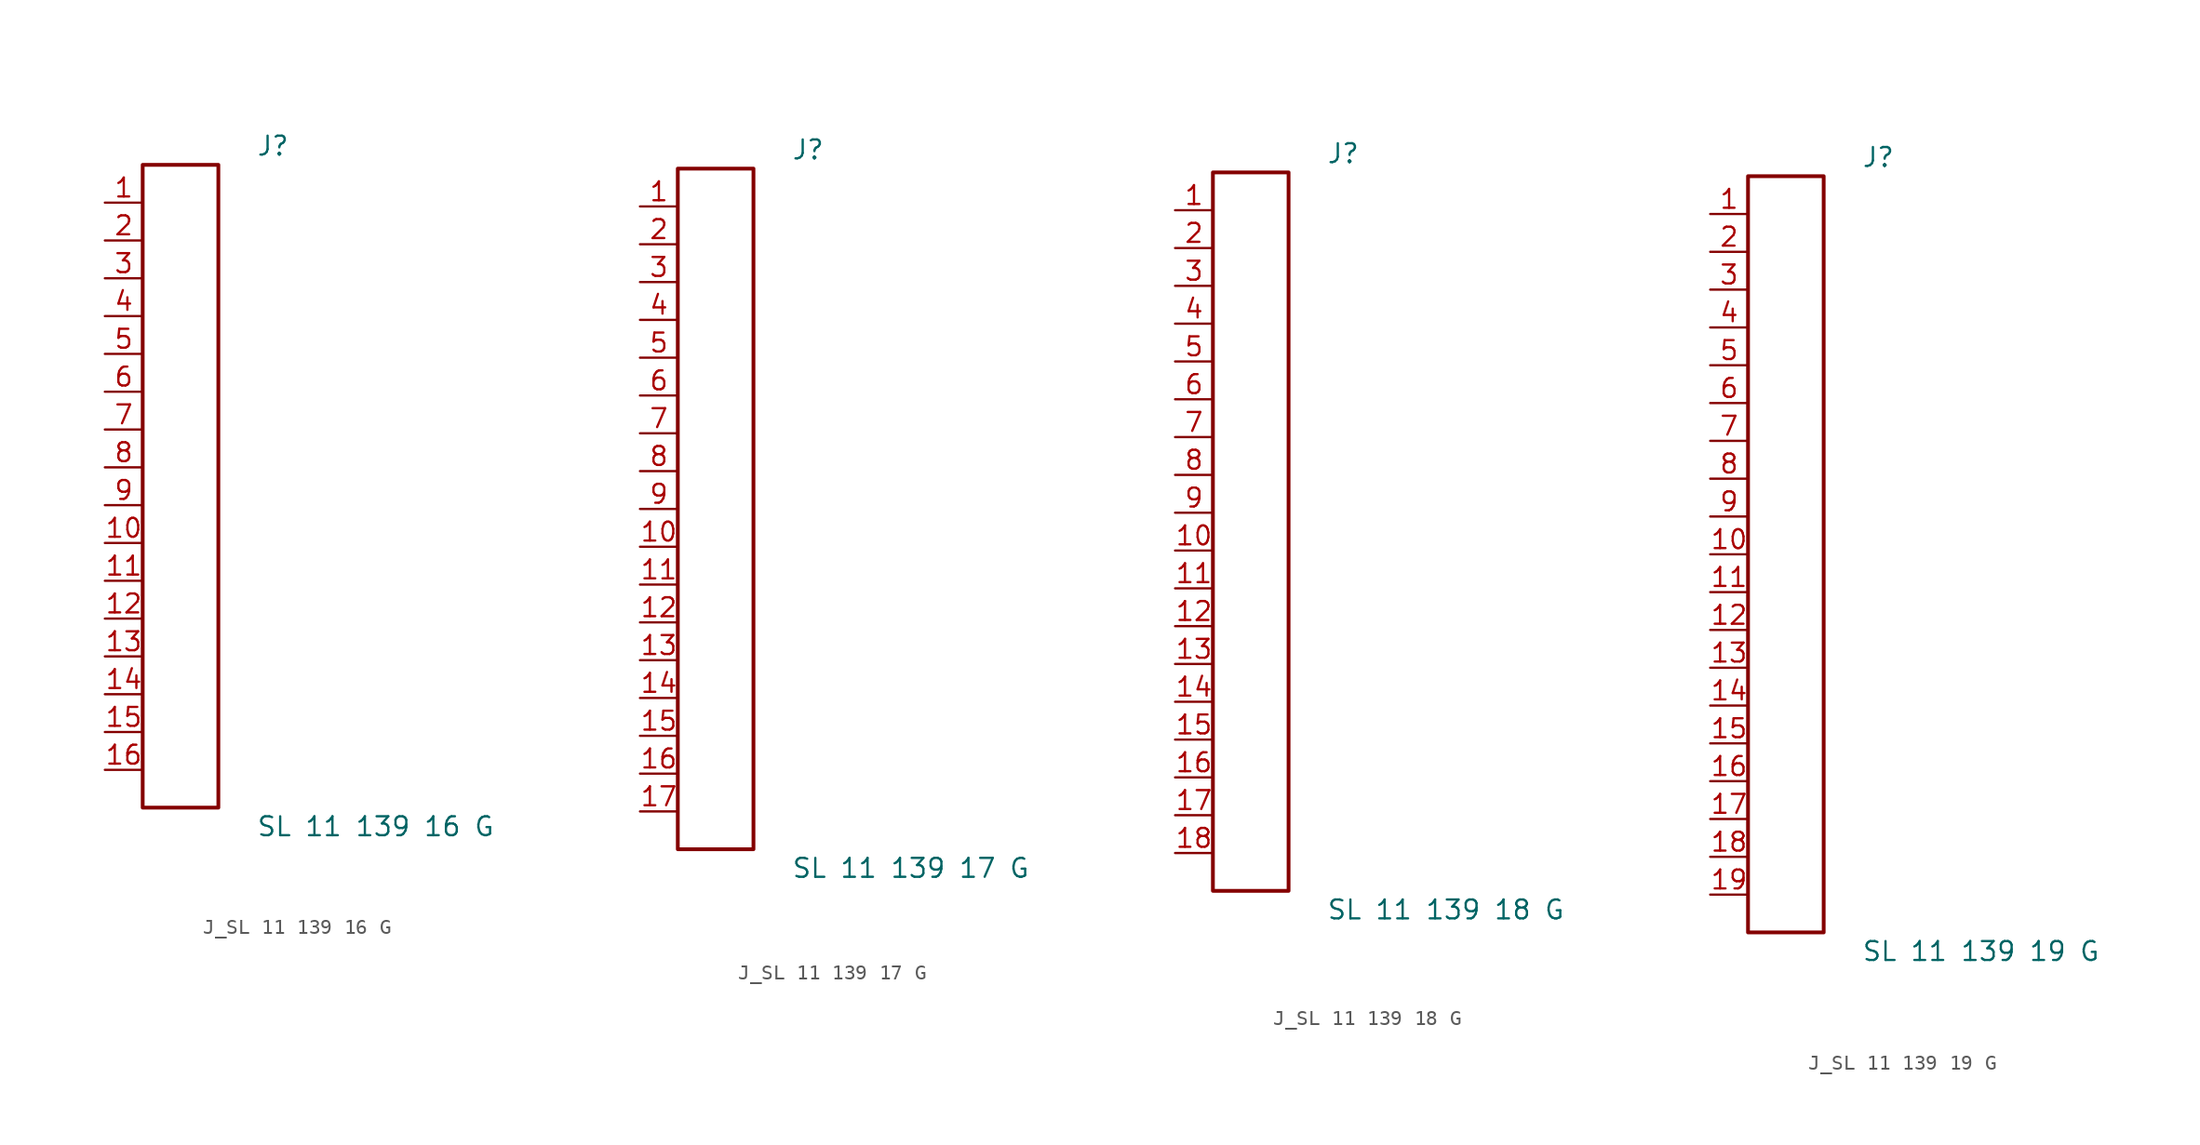
<source format=kicad_sym>
(kicad_symbol_lib
  (version 20231120)
  (generator kicad_symbol_editor)
  (generator_version 8.0)
  (symbol "J_SL 11 139 16 G"
    (pin_names
      (offset 0.254))
    (property "Reference" "J"
      (at 5.08 22.86 0)
      (effects (font (size 1.27 1.27)) (justify left)))
    (property "Value" "SL 11 139 16 G"
      (at 5.08 -22.86 0)
      (effects (font (size 1.27 1.27)) (justify left)))
    (symbol "J_SL 11 139 16 G_0_0"
      (pin unspecified line (at -5.08 19.05 0) (length 2.54) (name "" (effects (font (size 1.27 1.27)))) (number "1" (effects (font (size 1.27 1.27)))))
      (pin unspecified line (at -5.08 16.51 0) (length 2.54) (name "" (effects (font (size 1.27 1.27)))) (number "2" (effects (font (size 1.27 1.27)))))
      (pin unspecified line (at -5.08 13.97 0) (length 2.54) (name "" (effects (font (size 1.27 1.27)))) (number "3" (effects (font (size 1.27 1.27)))))
      (pin unspecified line (at -5.08 11.43 0) (length 2.54) (name "" (effects (font (size 1.27 1.27)))) (number "4" (effects (font (size 1.27 1.27)))))
      (pin unspecified line (at -5.08 8.89 0) (length 2.54) (name "" (effects (font (size 1.27 1.27)))) (number "5" (effects (font (size 1.27 1.27)))))
      (pin unspecified line (at -5.08 6.35 0) (length 2.54) (name "" (effects (font (size 1.27 1.27)))) (number "6" (effects (font (size 1.27 1.27)))))
      (pin unspecified line (at -5.08 3.81 0) (length 2.54) (name "" (effects (font (size 1.27 1.27)))) (number "7" (effects (font (size 1.27 1.27)))))
      (pin unspecified line (at -5.08 1.27 0) (length 2.54) (name "" (effects (font (size 1.27 1.27)))) (number "8" (effects (font (size 1.27 1.27)))))
      (pin unspecified line (at -5.08 -1.27 0) (length 2.54) (name "" (effects (font (size 1.27 1.27)))) (number "9" (effects (font (size 1.27 1.27)))))
      (pin unspecified line (at -5.08 -3.81 0) (length 2.54) (name "" (effects (font (size 1.27 1.27)))) (number "10" (effects (font (size 1.27 1.27)))))
      (pin unspecified line (at -5.08 -6.35 0) (length 2.54) (name "" (effects (font (size 1.27 1.27)))) (number "11" (effects (font (size 1.27 1.27)))))
      (pin unspecified line (at -5.08 -8.89 0) (length 2.54) (name "" (effects (font (size 1.27 1.27)))) (number "12" (effects (font (size 1.27 1.27)))))
      (pin unspecified line (at -5.08 -11.43 0) (length 2.54) (name "" (effects (font (size 1.27 1.27)))) (number "13" (effects (font (size 1.27 1.27)))))
      (pin unspecified line (at -5.08 -13.97 0) (length 2.54) (name "" (effects (font (size 1.27 1.27)))) (number "14" (effects (font (size 1.27 1.27)))))
      (pin unspecified line (at -5.08 -16.51 0) (length 2.54) (name "" (effects (font (size 1.27 1.27)))) (number "15" (effects (font (size 1.27 1.27)))))
      (pin unspecified line (at -5.08 -19.05 0) (length 2.54) (name "" (effects (font (size 1.27 1.27)))) (number "16" (effects (font (size 1.27 1.27))))))
    (symbol "J_SL 11 139 16 G_1_0"
      (rectangle (start -2.54 21.59) (end 2.54 -21.59) (stroke (width 0.254) (type solid)) (fill (type none)))))
  (symbol "J_SL 11 139 17 G"
    (pin_names
      (offset 0.254))
    (property "Reference" "J"
      (at 5.08 24.13 0)
      (effects (font (size 1.27 1.27)) (justify left)))
    (property "Value" "SL 11 139 17 G"
      (at 5.08 -24.13 0)
      (effects (font (size 1.27 1.27)) (justify left)))
    (symbol "J_SL 11 139 17 G_0_0"
      (pin unspecified line (at -5.08 20.32 0) (length 2.54) (name "" (effects (font (size 1.27 1.27)))) (number "1" (effects (font (size 1.27 1.27)))))
      (pin unspecified line (at -5.08 17.78 0) (length 2.54) (name "" (effects (font (size 1.27 1.27)))) (number "2" (effects (font (size 1.27 1.27)))))
      (pin unspecified line (at -5.08 15.24 0) (length 2.54) (name "" (effects (font (size 1.27 1.27)))) (number "3" (effects (font (size 1.27 1.27)))))
      (pin unspecified line (at -5.08 12.7 0) (length 2.54) (name "" (effects (font (size 1.27 1.27)))) (number "4" (effects (font (size 1.27 1.27)))))
      (pin unspecified line (at -5.08 10.16 0) (length 2.54) (name "" (effects (font (size 1.27 1.27)))) (number "5" (effects (font (size 1.27 1.27)))))
      (pin unspecified line (at -5.08 7.62 0) (length 2.54) (name "" (effects (font (size 1.27 1.27)))) (number "6" (effects (font (size 1.27 1.27)))))
      (pin unspecified line (at -5.08 5.08 0) (length 2.54) (name "" (effects (font (size 1.27 1.27)))) (number "7" (effects (font (size 1.27 1.27)))))
      (pin unspecified line (at -5.08 2.54 0) (length 2.54) (name "" (effects (font (size 1.27 1.27)))) (number "8" (effects (font (size 1.27 1.27)))))
      (pin unspecified line (at -5.08 0.0 0) (length 2.54) (name "" (effects (font (size 1.27 1.27)))) (number "9" (effects (font (size 1.27 1.27)))))
      (pin unspecified line (at -5.08 -2.54 0) (length 2.54) (name "" (effects (font (size 1.27 1.27)))) (number "10" (effects (font (size 1.27 1.27)))))
      (pin unspecified line (at -5.08 -5.08 0) (length 2.54) (name "" (effects (font (size 1.27 1.27)))) (number "11" (effects (font (size 1.27 1.27)))))
      (pin unspecified line (at -5.08 -7.62 0) (length 2.54) (name "" (effects (font (size 1.27 1.27)))) (number "12" (effects (font (size 1.27 1.27)))))
      (pin unspecified line (at -5.08 -10.16 0) (length 2.54) (name "" (effects (font (size 1.27 1.27)))) (number "13" (effects (font (size 1.27 1.27)))))
      (pin unspecified line (at -5.08 -12.7 0) (length 2.54) (name "" (effects (font (size 1.27 1.27)))) (number "14" (effects (font (size 1.27 1.27)))))
      (pin unspecified line (at -5.08 -15.24 0) (length 2.54) (name "" (effects (font (size 1.27 1.27)))) (number "15" (effects (font (size 1.27 1.27)))))
      (pin unspecified line (at -5.08 -17.78 0) (length 2.54) (name "" (effects (font (size 1.27 1.27)))) (number "16" (effects (font (size 1.27 1.27)))))
      (pin unspecified line (at -5.08 -20.32 0) (length 2.54) (name "" (effects (font (size 1.27 1.27)))) (number "17" (effects (font (size 1.27 1.27))))))
    (symbol "J_SL 11 139 17 G_1_0"
      (rectangle (start -2.54 22.86) (end 2.54 -22.86) (stroke (width 0.254) (type solid)) (fill (type none)))))
  (symbol "J_SL 11 139 18 G"
    (pin_names
      (offset 0.254))
    (property "Reference" "J"
      (at 5.08 25.4 0)
      (effects (font (size 1.27 1.27)) (justify left)))
    (property "Value" "SL 11 139 18 G"
      (at 5.08 -25.4 0)
      (effects (font (size 1.27 1.27)) (justify left)))
    (symbol "J_SL 11 139 18 G_0_0"
      (pin unspecified line (at -5.08 21.59 0) (length 2.54) (name "" (effects (font (size 1.27 1.27)))) (number "1" (effects (font (size 1.27 1.27)))))
      (pin unspecified line (at -5.08 19.05 0) (length 2.54) (name "" (effects (font (size 1.27 1.27)))) (number "2" (effects (font (size 1.27 1.27)))))
      (pin unspecified line (at -5.08 16.51 0) (length 2.54) (name "" (effects (font (size 1.27 1.27)))) (number "3" (effects (font (size 1.27 1.27)))))
      (pin unspecified line (at -5.08 13.97 0) (length 2.54) (name "" (effects (font (size 1.27 1.27)))) (number "4" (effects (font (size 1.27 1.27)))))
      (pin unspecified line (at -5.08 11.43 0) (length 2.54) (name "" (effects (font (size 1.27 1.27)))) (number "5" (effects (font (size 1.27 1.27)))))
      (pin unspecified line (at -5.08 8.89 0) (length 2.54) (name "" (effects (font (size 1.27 1.27)))) (number "6" (effects (font (size 1.27 1.27)))))
      (pin unspecified line (at -5.08 6.35 0) (length 2.54) (name "" (effects (font (size 1.27 1.27)))) (number "7" (effects (font (size 1.27 1.27)))))
      (pin unspecified line (at -5.08 3.81 0) (length 2.54) (name "" (effects (font (size 1.27 1.27)))) (number "8" (effects (font (size 1.27 1.27)))))
      (pin unspecified line (at -5.08 1.27 0) (length 2.54) (name "" (effects (font (size 1.27 1.27)))) (number "9" (effects (font (size 1.27 1.27)))))
      (pin unspecified line (at -5.08 -1.27 0) (length 2.54) (name "" (effects (font (size 1.27 1.27)))) (number "10" (effects (font (size 1.27 1.27)))))
      (pin unspecified line (at -5.08 -3.81 0) (length 2.54) (name "" (effects (font (size 1.27 1.27)))) (number "11" (effects (font (size 1.27 1.27)))))
      (pin unspecified line (at -5.08 -6.35 0) (length 2.54) (name "" (effects (font (size 1.27 1.27)))) (number "12" (effects (font (size 1.27 1.27)))))
      (pin unspecified line (at -5.08 -8.89 0) (length 2.54) (name "" (effects (font (size 1.27 1.27)))) (number "13" (effects (font (size 1.27 1.27)))))
      (pin unspecified line (at -5.08 -11.43 0) (length 2.54) (name "" (effects (font (size 1.27 1.27)))) (number "14" (effects (font (size 1.27 1.27)))))
      (pin unspecified line (at -5.08 -13.97 0) (length 2.54) (name "" (effects (font (size 1.27 1.27)))) (number "15" (effects (font (size 1.27 1.27)))))
      (pin unspecified line (at -5.08 -16.51 0) (length 2.54) (name "" (effects (font (size 1.27 1.27)))) (number "16" (effects (font (size 1.27 1.27)))))
      (pin unspecified line (at -5.08 -19.05 0) (length 2.54) (name "" (effects (font (size 1.27 1.27)))) (number "17" (effects (font (size 1.27 1.27)))))
      (pin unspecified line (at -5.08 -21.59 0) (length 2.54) (name "" (effects (font (size 1.27 1.27)))) (number "18" (effects (font (size 1.27 1.27))))))
    (symbol "J_SL 11 139 18 G_1_0"
      (rectangle (start -2.54 24.13) (end 2.54 -24.13) (stroke (width 0.254) (type solid)) (fill (type none)))))
  (symbol "J_SL 11 139 19 G"
    (pin_names
      (offset 0.254))
    (property "Reference" "J"
      (at 5.08 26.67 0)
      (effects (font (size 1.27 1.27)) (justify left)))
    (property "Value" "SL 11 139 19 G"
      (at 5.08 -26.67 0)
      (effects (font (size 1.27 1.27)) (justify left)))
    (symbol "J_SL 11 139 19 G_0_0"
      (pin unspecified line (at -5.08 22.86 0) (length 2.54) (name "" (effects (font (size 1.27 1.27)))) (number "1" (effects (font (size 1.27 1.27)))))
      (pin unspecified line (at -5.08 20.32 0) (length 2.54) (name "" (effects (font (size 1.27 1.27)))) (number "2" (effects (font (size 1.27 1.27)))))
      (pin unspecified line (at -5.08 17.78 0) (length 2.54) (name "" (effects (font (size 1.27 1.27)))) (number "3" (effects (font (size 1.27 1.27)))))
      (pin unspecified line (at -5.08 15.24 0) (length 2.54) (name "" (effects (font (size 1.27 1.27)))) (number "4" (effects (font (size 1.27 1.27)))))
      (pin unspecified line (at -5.08 12.7 0) (length 2.54) (name "" (effects (font (size 1.27 1.27)))) (number "5" (effects (font (size 1.27 1.27)))))
      (pin unspecified line (at -5.08 10.16 0) (length 2.54) (name "" (effects (font (size 1.27 1.27)))) (number "6" (effects (font (size 1.27 1.27)))))
      (pin unspecified line (at -5.08 7.62 0) (length 2.54) (name "" (effects (font (size 1.27 1.27)))) (number "7" (effects (font (size 1.27 1.27)))))
      (pin unspecified line (at -5.08 5.08 0) (length 2.54) (name "" (effects (font (size 1.27 1.27)))) (number "8" (effects (font (size 1.27 1.27)))))
      (pin unspecified line (at -5.08 2.54 0) (length 2.54) (name "" (effects (font (size 1.27 1.27)))) (number "9" (effects (font (size 1.27 1.27)))))
      (pin unspecified line (at -5.08 0.0 0) (length 2.54) (name "" (effects (font (size 1.27 1.27)))) (number "10" (effects (font (size 1.27 1.27)))))
      (pin unspecified line (at -5.08 -2.54 0) (length 2.54) (name "" (effects (font (size 1.27 1.27)))) (number "11" (effects (font (size 1.27 1.27)))))
      (pin unspecified line (at -5.08 -5.08 0) (length 2.54) (name "" (effects (font (size 1.27 1.27)))) (number "12" (effects (font (size 1.27 1.27)))))
      (pin unspecified line (at -5.08 -7.62 0) (length 2.54) (name "" (effects (font (size 1.27 1.27)))) (number "13" (effects (font (size 1.27 1.27)))))
      (pin unspecified line (at -5.08 -10.16 0) (length 2.54) (name "" (effects (font (size 1.27 1.27)))) (number "14" (effects (font (size 1.27 1.27)))))
      (pin unspecified line (at -5.08 -12.7 0) (length 2.54) (name "" (effects (font (size 1.27 1.27)))) (number "15" (effects (font (size 1.27 1.27)))))
      (pin unspecified line (at -5.08 -15.24 0) (length 2.54) (name "" (effects (font (size 1.27 1.27)))) (number "16" (effects (font (size 1.27 1.27)))))
      (pin unspecified line (at -5.08 -17.78 0) (length 2.54) (name "" (effects (font (size 1.27 1.27)))) (number "17" (effects (font (size 1.27 1.27)))))
      (pin unspecified line (at -5.08 -20.32 0) (length 2.54) (name "" (effects (font (size 1.27 1.27)))) (number "18" (effects (font (size 1.27 1.27)))))
      (pin unspecified line (at -5.08 -22.86 0) (length 2.54) (name "" (effects (font (size 1.27 1.27)))) (number "19" (effects (font (size 1.27 1.27))))))
    (symbol "J_SL 11 139 19 G_1_0"
      (rectangle (start -2.54 25.4) (end 2.54 -25.4) (stroke (width 0.254) (type solid)) (fill (type none))))))
</source>
